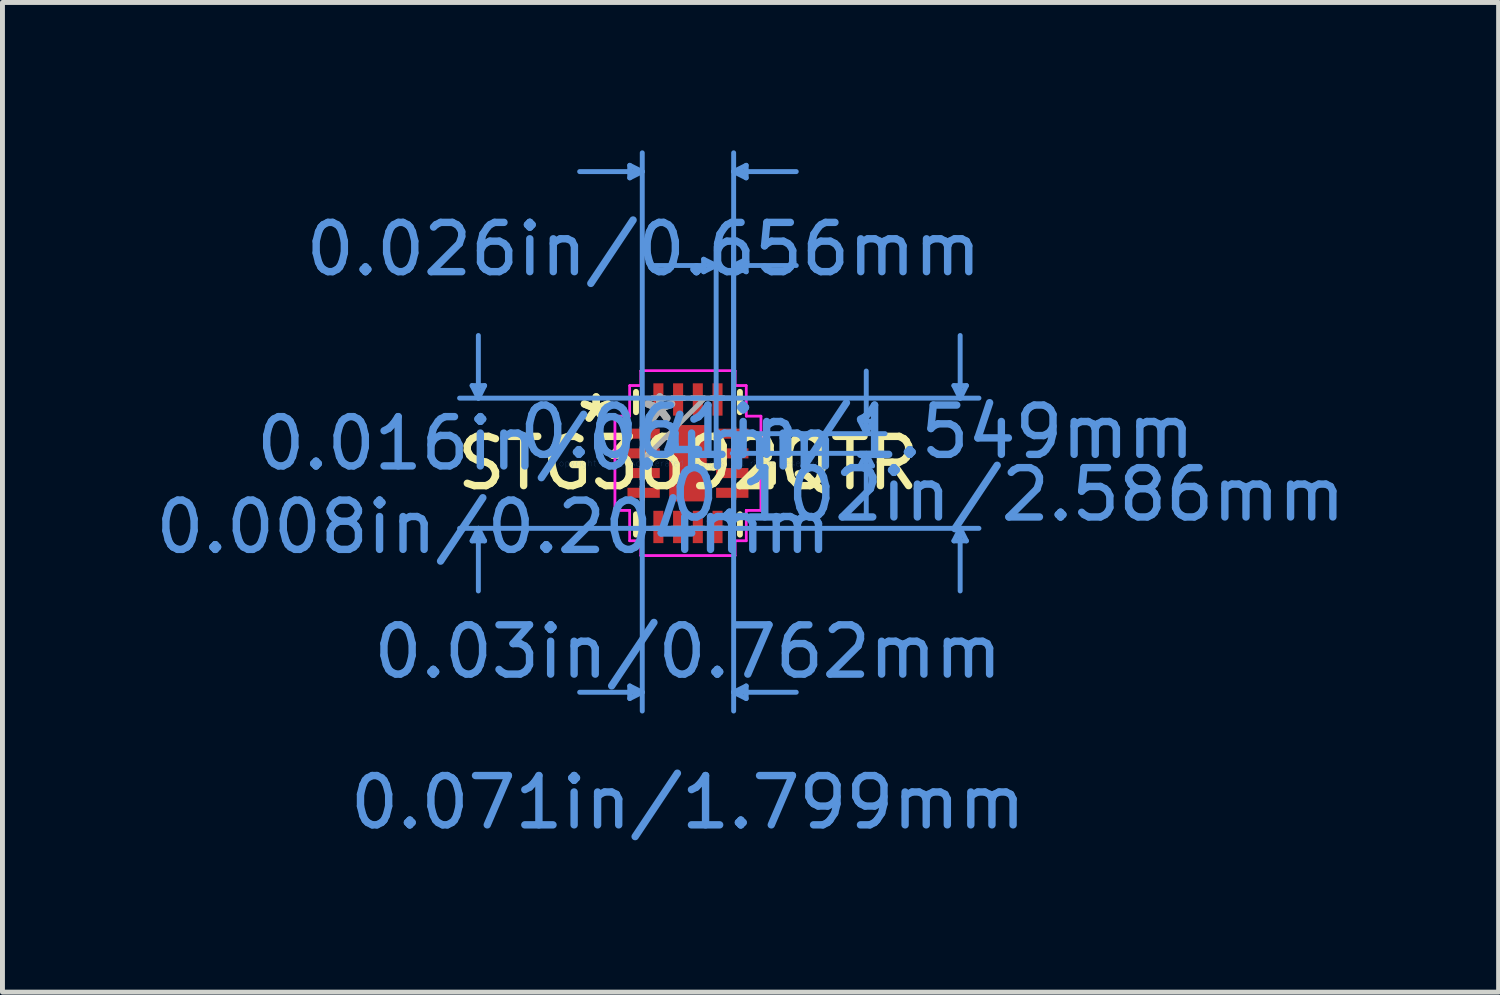
<source format=kicad_pcb>
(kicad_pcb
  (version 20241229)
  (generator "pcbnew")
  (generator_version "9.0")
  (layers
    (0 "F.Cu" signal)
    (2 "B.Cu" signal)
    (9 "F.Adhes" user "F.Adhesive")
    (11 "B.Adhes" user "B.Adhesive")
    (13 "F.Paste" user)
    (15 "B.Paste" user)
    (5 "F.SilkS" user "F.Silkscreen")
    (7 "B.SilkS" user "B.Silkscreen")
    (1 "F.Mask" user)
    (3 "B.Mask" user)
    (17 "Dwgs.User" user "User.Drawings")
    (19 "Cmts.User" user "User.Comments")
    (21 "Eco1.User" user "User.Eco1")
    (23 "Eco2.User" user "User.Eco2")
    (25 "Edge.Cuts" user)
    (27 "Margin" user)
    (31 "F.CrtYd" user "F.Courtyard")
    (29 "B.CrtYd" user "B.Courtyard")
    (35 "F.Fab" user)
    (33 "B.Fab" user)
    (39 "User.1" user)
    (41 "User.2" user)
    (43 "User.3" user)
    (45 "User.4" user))
  (footprint "STG3692QTR"
    (layer "F.Cu")
    (at 10.906 6.347)
    (property "Reference" "STG3692QTR" (at 0 0 0) (layer "F.SilkS") (effects (font (size 1 1) (thickness 0.15))))
    (attr through_hole)
    (fp_line (start -1.054 -1.448) (end -1.054 -1.035) (stroke (width 0.12) (type solid)) (layer "F.SilkS"))
    (fp_line (start -1.054 1.035) (end -1.054 1.448) (stroke (width 0.12) (type solid)) (layer "F.SilkS"))
    (fp_line (start 1.054 -1.035) (end 1.054 -1.448) (stroke (width 0.12) (type solid)) (layer "F.SilkS"))
    (fp_line (start 1.054 1.448) (end 1.054 1.035) (stroke (width 0.12) (type solid)) (layer "F.SilkS"))
    (fp_poly (pts (xy 1.735 0.01) (xy 1.735 0.391) (xy 1.481 0.391) (xy 1.481 0.01)) (stroke (width 0.1) (type solid)) (fill yes) (layer "F.SilkS"))
    (fp_line (start -4.379 -1.575) (end -4.125 -1.575) (stroke (width 0.1) (type solid)) (layer "Cmts.User"))
    (fp_line (start -4.379 1.575) (end -4.125 1.575) (stroke (width 0.1) (type solid)) (layer "Cmts.User"))
    (fp_line (start -4.252 -1.321) (end -4.379 -1.575) (stroke (width 0.1) (type solid)) (layer "Cmts.User"))
    (fp_line (start -4.252 -1.321) (end -4.252 -2.591) (stroke (width 0.1) (type solid)) (layer "Cmts.User"))
    (fp_line (start -4.252 -1.321) (end -4.125 -1.575) (stroke (width 0.1) (type solid)) (layer "Cmts.User"))
    (fp_line (start -4.252 1.321) (end -4.379 1.575) (stroke (width 0.1) (type solid)) (layer "Cmts.User"))
    (fp_line (start -4.252 1.321) (end -4.252 2.591) (stroke (width 0.1) (type solid)) (layer "Cmts.User"))
    (fp_line (start -4.252 1.321) (end -4.125 1.575) (stroke (width 0.1) (type solid)) (layer "Cmts.User"))
    (fp_line (start -1.181 -6.043) (end -1.181 -5.789) (stroke (width 0.1) (type solid)) (layer "Cmts.User"))
    (fp_line (start -1.181 4.519) (end -1.181 4.773) (stroke (width 0.1) (type solid)) (layer "Cmts.User"))
    (fp_line (start -0.927 -5.916) (end -2.197 -5.916) (stroke (width 0.1) (type solid)) (layer "Cmts.User"))
    (fp_line (start -0.927 -5.916) (end -1.181 -6.043) (stroke (width 0.1) (type solid)) (layer "Cmts.User"))
    (fp_line (start -0.927 -5.916) (end -1.181 -5.789) (stroke (width 0.1) (type solid)) (layer "Cmts.User"))
    (fp_line (start -0.927 -1.321) (end -0.927 5.027) (stroke (width 0.1) (type solid)) (layer "Cmts.User"))
    (fp_line (start -0.927 -0.6) (end -0.927 -6.297) (stroke (width 0.1) (type solid)) (layer "Cmts.User"))
    (fp_line (start -0.927 4.646) (end -2.197 4.646) (stroke (width 0.1) (type solid)) (layer "Cmts.User"))
    (fp_line (start -0.927 4.646) (end -1.181 4.519) (stroke (width 0.1) (type solid)) (layer "Cmts.User"))
    (fp_line (start -0.927 4.646) (end -1.181 4.773) (stroke (width 0.1) (type solid)) (layer "Cmts.User"))
    (fp_line (start 0.318 -4.138) (end 0.318 -3.884) (stroke (width 0.1) (type solid)) (layer "Cmts.User"))
    (fp_line (start 0.572 -4.011) (end -0.699 -4.011) (stroke (width 0.1) (type solid)) (layer "Cmts.User"))
    (fp_line (start 0.572 -4.011) (end 0.318 -4.138) (stroke (width 0.1) (type solid)) (layer "Cmts.User"))
    (fp_line (start 0.572 -4.011) (end 0.318 -3.884) (stroke (width 0.1) (type solid)) (layer "Cmts.User"))
    (fp_line (start 0.572 -0.6) (end 0.572 -4.392) (stroke (width 0.1) (type solid)) (layer "Cmts.User"))
    (fp_line (start 0.6 -1.321) (end 5.903 -1.321) (stroke (width 0.1) (type solid)) (layer "Cmts.User"))
    (fp_line (start 0.6 1.321) (end 5.903 1.321) (stroke (width 0.1) (type solid)) (layer "Cmts.User"))
    (fp_line (start 0.899 -0.6) (end 3.998 -0.6) (stroke (width 0.1) (type solid)) (layer "Cmts.User"))
    (fp_line (start 0.899 -0.2) (end 3.998 -0.2) (stroke (width 0.1) (type solid)) (layer "Cmts.User"))
    (fp_line (start 0.927 -5.916) (end 1.181 -6.043) (stroke (width 0.1) (type solid)) (layer "Cmts.User"))
    (fp_line (start 0.927 -5.916) (end 1.181 -5.789) (stroke (width 0.1) (type solid)) (layer "Cmts.User"))
    (fp_line (start 0.927 -5.916) (end 2.197 -5.916) (stroke (width 0.1) (type solid)) (layer "Cmts.User"))
    (fp_line (start 0.927 -4.011) (end 1.181 -4.138) (stroke (width 0.1) (type solid)) (layer "Cmts.User"))
    (fp_line (start 0.927 -4.011) (end 1.181 -3.884) (stroke (width 0.1) (type solid)) (layer "Cmts.User"))
    (fp_line (start 0.927 -4.011) (end 2.197 -4.011) (stroke (width 0.1) (type solid)) (layer "Cmts.User"))
    (fp_line (start 0.927 -1.321) (end -4.633 -1.321) (stroke (width 0.1) (type solid)) (layer "Cmts.User"))
    (fp_line (start 0.927 -1.321) (end 0.927 5.027) (stroke (width 0.1) (type solid)) (layer "Cmts.User"))
    (fp_line (start 0.927 -0.6) (end 0.927 -6.297) (stroke (width 0.1) (type solid)) (layer "Cmts.User"))
    (fp_line (start 0.927 -0.6) (end 0.927 -4.392) (stroke (width 0.1) (type solid)) (layer "Cmts.User"))
    (fp_line (start 0.927 1.321) (end -4.633 1.321) (stroke (width 0.1) (type solid)) (layer "Cmts.User"))
    (fp_line (start 0.927 4.646) (end 1.181 4.519) (stroke (width 0.1) (type solid)) (layer "Cmts.User"))
    (fp_line (start 0.927 4.646) (end 1.181 4.773) (stroke (width 0.1) (type solid)) (layer "Cmts.User"))
    (fp_line (start 0.927 4.646) (end 2.197 4.646) (stroke (width 0.1) (type solid)) (layer "Cmts.User"))
    (fp_line (start 1.181 -6.043) (end 1.181 -5.789) (stroke (width 0.1) (type solid)) (layer "Cmts.User"))
    (fp_line (start 1.181 -4.138) (end 1.181 -3.884) (stroke (width 0.1) (type solid)) (layer "Cmts.User"))
    (fp_line (start 1.181 4.519) (end 1.181 4.773) (stroke (width 0.1) (type solid)) (layer "Cmts.User"))
    (fp_line (start 3.49 -0.854) (end 3.744 -0.854) (stroke (width 0.1) (type solid)) (layer "Cmts.User"))
    (fp_line (start 3.49 0.054) (end 3.744 0.054) (stroke (width 0.1) (type solid)) (layer "Cmts.User"))
    (fp_line (start 3.617 -0.6) (end 3.49 -0.854) (stroke (width 0.1) (type solid)) (layer "Cmts.User"))
    (fp_line (start 3.617 -0.6) (end 3.617 -1.87) (stroke (width 0.1) (type solid)) (layer "Cmts.User"))
    (fp_line (start 3.617 -0.6) (end 3.744 -0.854) (stroke (width 0.1) (type solid)) (layer "Cmts.User"))
    (fp_line (start 3.617 -0.2) (end 3.49 0.054) (stroke (width 0.1) (type solid)) (layer "Cmts.User"))
    (fp_line (start 3.617 -0.2) (end 3.617 1.07) (stroke (width 0.1) (type solid)) (layer "Cmts.User"))
    (fp_line (start 3.617 -0.2) (end 3.744 0.054) (stroke (width 0.1) (type solid)) (layer "Cmts.User"))
    (fp_line (start 5.395 -1.575) (end 5.649 -1.575) (stroke (width 0.1) (type solid)) (layer "Cmts.User"))
    (fp_line (start 5.395 1.575) (end 5.649 1.575) (stroke (width 0.1) (type solid)) (layer "Cmts.User"))
    (fp_line (start 5.522 -1.321) (end 5.395 -1.575) (stroke (width 0.1) (type solid)) (layer "Cmts.User"))
    (fp_line (start 5.522 -1.321) (end 5.522 -2.591) (stroke (width 0.1) (type solid)) (layer "Cmts.User"))
    (fp_line (start 5.522 -1.321) (end 5.649 -1.575) (stroke (width 0.1) (type solid)) (layer "Cmts.User"))
    (fp_line (start 5.522 1.321) (end 5.395 1.575) (stroke (width 0.1) (type solid)) (layer "Cmts.User"))
    (fp_line (start 5.522 1.321) (end 5.522 2.591) (stroke (width 0.1) (type solid)) (layer "Cmts.User"))
    (fp_line (start 5.522 1.321) (end 5.649 1.575) (stroke (width 0.1) (type solid)) (layer "Cmts.User"))
    (fp_line (start -1.481 -0.956) (end -1.181 -0.956) (stroke (width 0.05) (type solid)) (layer "F.CrtYd"))
    (fp_line (start -1.481 -0.956) (end -1.181 -0.956) (stroke (width 0.05) (type solid)) (layer "F.CrtYd"))
    (fp_line (start -1.481 0.956) (end -1.481 -0.956) (stroke (width 0.05) (type solid)) (layer "F.CrtYd"))
    (fp_line (start -1.481 0.956) (end -1.481 -0.956) (stroke (width 0.05) (type solid)) (layer "F.CrtYd"))
    (fp_line (start -1.181 -1.575) (end -0.956 -1.575) (stroke (width 0.05) (type solid)) (layer "F.CrtYd"))
    (fp_line (start -1.181 -1.575) (end -0.956 -1.575) (stroke (width 0.05) (type solid)) (layer "F.CrtYd"))
    (fp_line (start -1.181 -0.956) (end -1.181 -1.575) (stroke (width 0.05) (type solid)) (layer "F.CrtYd"))
    (fp_line (start -1.181 -0.956) (end -1.181 -1.575) (stroke (width 0.05) (type solid)) (layer "F.CrtYd"))
    (fp_line (start -1.181 0.956) (end -1.481 0.956) (stroke (width 0.05) (type solid)) (layer "F.CrtYd"))
    (fp_line (start -1.181 0.956) (end -1.481 0.956) (stroke (width 0.05) (type solid)) (layer "F.CrtYd"))
    (fp_line (start -1.181 1.575) (end -1.181 0.956) (stroke (width 0.05) (type solid)) (layer "F.CrtYd"))
    (fp_line (start -1.181 1.575) (end -1.181 0.956) (stroke (width 0.05) (type solid)) (layer "F.CrtYd"))
    (fp_line (start -0.956 -1.875) (end 0.956 -1.875) (stroke (width 0.05) (type solid)) (layer "F.CrtYd"))
    (fp_line (start -0.956 -1.875) (end 0.956 -1.875) (stroke (width 0.05) (type solid)) (layer "F.CrtYd"))
    (fp_line (start -0.956 -1.575) (end -0.956 -1.875) (stroke (width 0.05) (type solid)) (layer "F.CrtYd"))
    (fp_line (start -0.956 -1.575) (end -0.956 -1.875) (stroke (width 0.05) (type solid)) (layer "F.CrtYd"))
    (fp_line (start -0.956 1.575) (end -1.181 1.575) (stroke (width 0.05) (type solid)) (layer "F.CrtYd"))
    (fp_line (start -0.956 1.575) (end -1.181 1.575) (stroke (width 0.05) (type solid)) (layer "F.CrtYd"))
    (fp_line (start -0.956 1.875) (end -0.956 1.575) (stroke (width 0.05) (type solid)) (layer "F.CrtYd"))
    (fp_line (start -0.956 1.875) (end -0.956 1.575) (stroke (width 0.05) (type solid)) (layer "F.CrtYd"))
    (fp_line (start 0.956 -1.875) (end 0.956 -1.575) (stroke (width 0.05) (type solid)) (layer "F.CrtYd"))
    (fp_line (start 0.956 -1.875) (end 0.956 -1.575) (stroke (width 0.05) (type solid)) (layer "F.CrtYd"))
    (fp_line (start 0.956 -1.575) (end 1.181 -1.575) (stroke (width 0.05) (type solid)) (layer "F.CrtYd"))
    (fp_line (start 0.956 -1.575) (end 1.181 -1.575) (stroke (width 0.05) (type solid)) (layer "F.CrtYd"))
    (fp_line (start 0.956 1.575) (end 0.956 1.875) (stroke (width 0.05) (type solid)) (layer "F.CrtYd"))
    (fp_line (start 0.956 1.575) (end 0.956 1.875) (stroke (width 0.05) (type solid)) (layer "F.CrtYd"))
    (fp_line (start 0.956 1.875) (end -0.956 1.875) (stroke (width 0.05) (type solid)) (layer "F.CrtYd"))
    (fp_line (start 0.956 1.875) (end -0.956 1.875) (stroke (width 0.05) (type solid)) (layer "F.CrtYd"))
    (fp_line (start 1.181 -1.575) (end 1.181 -0.956) (stroke (width 0.05) (type solid)) (layer "F.CrtYd"))
    (fp_line (start 1.181 -1.575) (end 1.181 -0.956) (stroke (width 0.05) (type solid)) (layer "F.CrtYd"))
    (fp_line (start 1.181 -0.956) (end 1.481 -0.956) (stroke (width 0.05) (type solid)) (layer "F.CrtYd"))
    (fp_line (start 1.181 -0.956) (end 1.481 -0.956) (stroke (width 0.05) (type solid)) (layer "F.CrtYd"))
    (fp_line (start 1.181 0.956) (end 1.181 1.575) (stroke (width 0.05) (type solid)) (layer "F.CrtYd"))
    (fp_line (start 1.181 0.956) (end 1.181 1.575) (stroke (width 0.05) (type solid)) (layer "F.CrtYd"))
    (fp_line (start 1.181 1.575) (end 0.956 1.575) (stroke (width 0.05) (type solid)) (layer "F.CrtYd"))
    (fp_line (start 1.181 1.575) (end 0.956 1.575) (stroke (width 0.05) (type solid)) (layer "F.CrtYd"))
    (fp_line (start 1.481 -0.956) (end 1.481 0.956) (stroke (width 0.05) (type solid)) (layer "F.CrtYd"))
    (fp_line (start 1.481 -0.956) (end 1.481 0.956) (stroke (width 0.05) (type solid)) (layer "F.CrtYd"))
    (fp_line (start 1.481 0.956) (end 1.181 0.956) (stroke (width 0.05) (type solid)) (layer "F.CrtYd"))
    (fp_line (start 1.481 0.956) (end 1.181 0.956) (stroke (width 0.05) (type solid)) (layer "F.CrtYd"))
    (fp_line (start -0.927 -1.321) (end -0.927 -1.321) (stroke (width 0.1) (type solid)) (layer "F.Fab"))
    (fp_line (start -0.927 -1.321) (end -0.927 1.321) (stroke (width 0.1) (type solid)) (layer "F.Fab"))
    (fp_line (start -0.927 -0.727) (end -0.927 -0.727) (stroke (width 0.1) (type solid)) (layer "F.Fab"))
    (fp_line (start -0.927 -0.727) (end -0.927 -0.473) (stroke (width 0.1) (type solid)) (layer "F.Fab"))
    (fp_line (start -0.927 -0.473) (end -0.927 -0.727) (stroke (width 0.1) (type solid)) (layer "F.Fab"))
    (fp_line (start -0.927 -0.473) (end -0.927 -0.473) (stroke (width 0.1) (type solid)) (layer "F.Fab"))
    (fp_line (start -0.927 -0.327) (end -0.927 -0.327) (stroke (width 0.1) (type solid)) (layer "F.Fab"))
    (fp_line (start -0.927 -0.327) (end -0.927 -0.073) (stroke (width 0.1) (type solid)) (layer "F.Fab"))
    (fp_line (start -0.927 -0.073) (end -0.927 -0.327) (stroke (width 0.1) (type solid)) (layer "F.Fab"))
    (fp_line (start -0.927 -0.073) (end -0.927 -0.073) (stroke (width 0.1) (type solid)) (layer "F.Fab"))
    (fp_line (start -0.927 -0.051) (end 0.343 -1.321) (stroke (width 0.1) (type solid)) (layer "F.Fab"))
    (fp_line (start -0.927 0.073) (end -0.927 0.073) (stroke (width 0.1) (type solid)) (layer "F.Fab"))
    (fp_line (start -0.927 0.073) (end -0.927 0.327) (stroke (width 0.1) (type solid)) (layer "F.Fab"))
    (fp_line (start -0.927 0.327) (end -0.927 0.073) (stroke (width 0.1) (type solid)) (layer "F.Fab"))
    (fp_line (start -0.927 0.327) (end -0.927 0.327) (stroke (width 0.1) (type solid)) (layer "F.Fab"))
    (fp_line (start -0.927 0.473) (end -0.927 0.473) (stroke (width 0.1) (type solid)) (layer "F.Fab"))
    (fp_line (start -0.927 0.473) (end -0.927 0.727) (stroke (width 0.1) (type solid)) (layer "F.Fab"))
    (fp_line (start -0.927 0.727) (end -0.927 0.473) (stroke (width 0.1) (type solid)) (layer "F.Fab"))
    (fp_line (start -0.927 0.727) (end -0.927 0.727) (stroke (width 0.1) (type solid)) (layer "F.Fab"))
    (fp_line (start -0.927 1.321) (end -0.927 1.321) (stroke (width 0.1) (type solid)) (layer "F.Fab"))
    (fp_line (start -0.927 1.321) (end 0.927 1.321) (stroke (width 0.1) (type solid)) (layer "F.Fab"))
    (fp_line (start -0.727 -1.321) (end -0.727 -1.321) (stroke (width 0.1) (type solid)) (layer "F.Fab"))
    (fp_line (start -0.727 -1.321) (end -0.473 -1.321) (stroke (width 0.1) (type solid)) (layer "F.Fab"))
    (fp_line (start -0.727 1.321) (end -0.727 1.321) (stroke (width 0.1) (type solid)) (layer "F.Fab"))
    (fp_line (start -0.727 1.321) (end -0.473 1.321) (stroke (width 0.1) (type solid)) (layer "F.Fab"))
    (fp_line (start -0.473 -1.321) (end -0.727 -1.321) (stroke (width 0.1) (type solid)) (layer "F.Fab"))
    (fp_line (start -0.473 -1.321) (end -0.473 -1.321) (stroke (width 0.1) (type solid)) (layer "F.Fab"))
    (fp_line (start -0.473 1.321) (end -0.727 1.321) (stroke (width 0.1) (type solid)) (layer "F.Fab"))
    (fp_line (start -0.473 1.321) (end -0.473 1.321) (stroke (width 0.1) (type solid)) (layer "F.Fab"))
    (fp_line (start -0.327 -1.321) (end -0.327 -1.321) (stroke (width 0.1) (type solid)) (layer "F.Fab"))
    (fp_line (start -0.327 -1.321) (end -0.073 -1.321) (stroke (width 0.1) (type solid)) (layer "F.Fab"))
    (fp_line (start -0.327 1.321) (end -0.327 1.321) (stroke (width 0.1) (type solid)) (layer "F.Fab"))
    (fp_line (start -0.327 1.321) (end -0.073 1.321) (stroke (width 0.1) (type solid)) (layer "F.Fab"))
    (fp_line (start -0.073 -1.321) (end -0.327 -1.321) (stroke (width 0.1) (type solid)) (layer "F.Fab"))
    (fp_line (start -0.073 -1.321) (end -0.073 -1.321) (stroke (width 0.1) (type solid)) (layer "F.Fab"))
    (fp_line (start -0.073 1.321) (end -0.327 1.321) (stroke (width 0.1) (type solid)) (layer "F.Fab"))
    (fp_line (start -0.073 1.321) (end -0.073 1.321) (stroke (width 0.1) (type solid)) (layer "F.Fab"))
    (fp_line (start 0.073 -1.321) (end 0.073 -1.321) (stroke (width 0.1) (type solid)) (layer "F.Fab"))
    (fp_line (start 0.073 -1.321) (end 0.327 -1.321) (stroke (width 0.1) (type solid)) (layer "F.Fab"))
    (fp_line (start 0.073 1.321) (end 0.073 1.321) (stroke (width 0.1) (type solid)) (layer "F.Fab"))
    (fp_line (start 0.073 1.321) (end 0.327 1.321) (stroke (width 0.1) (type solid)) (layer "F.Fab"))
    (fp_line (start 0.327 -1.321) (end 0.073 -1.321) (stroke (width 0.1) (type solid)) (layer "F.Fab"))
    (fp_line (start 0.327 -1.321) (end 0.327 -1.321) (stroke (width 0.1) (type solid)) (layer "F.Fab"))
    (fp_line (start 0.327 1.321) (end 0.073 1.321) (stroke (width 0.1) (type solid)) (layer "F.Fab"))
    (fp_line (start 0.327 1.321) (end 0.327 1.321) (stroke (width 0.1) (type solid)) (layer "F.Fab"))
    (fp_line (start 0.473 -1.321) (end 0.473 -1.321) (stroke (width 0.1) (type solid)) (layer "F.Fab"))
    (fp_line (start 0.473 -1.321) (end 0.727 -1.321) (stroke (width 0.1) (type solid)) (layer "F.Fab"))
    (fp_line (start 0.473 1.321) (end 0.473 1.321) (stroke (width 0.1) (type solid)) (layer "F.Fab"))
    (fp_line (start 0.473 1.321) (end 0.727 1.321) (stroke (width 0.1) (type solid)) (layer "F.Fab"))
    (fp_line (start 0.727 -1.321) (end 0.473 -1.321) (stroke (width 0.1) (type solid)) (layer "F.Fab"))
    (fp_line (start 0.727 -1.321) (end 0.727 -1.321) (stroke (width 0.1) (type solid)) (layer "F.Fab"))
    (fp_line (start 0.727 1.321) (end 0.473 1.321) (stroke (width 0.1) (type solid)) (layer "F.Fab"))
    (fp_line (start 0.727 1.321) (end 0.727 1.321) (stroke (width 0.1) (type solid)) (layer "F.Fab"))
    (fp_line (start 0.927 -1.321) (end -0.927 -1.321) (stroke (width 0.1) (type solid)) (layer "F.Fab"))
    (fp_line (start 0.927 -1.321) (end 0.927 -1.321) (stroke (width 0.1) (type solid)) (layer "F.Fab"))
    (fp_line (start 0.927 -0.727) (end 0.927 -0.727) (stroke (width 0.1) (type solid)) (layer "F.Fab"))
    (fp_line (start 0.927 -0.727) (end 0.927 -0.473) (stroke (width 0.1) (type solid)) (layer "F.Fab"))
    (fp_line (start 0.927 -0.473) (end 0.927 -0.727) (stroke (width 0.1) (type solid)) (layer "F.Fab"))
    (fp_line (start 0.927 -0.473) (end 0.927 -0.473) (stroke (width 0.1) (type solid)) (layer "F.Fab"))
    (fp_line (start 0.927 -0.327) (end 0.927 -0.327) (stroke (width 0.1) (type solid)) (layer "F.Fab"))
    (fp_line (start 0.927 -0.327) (end 0.927 -0.073) (stroke (width 0.1) (type solid)) (layer "F.Fab"))
    (fp_line (start 0.927 -0.073) (end 0.927 -0.327) (stroke (width 0.1) (type solid)) (layer "F.Fab"))
    (fp_line (start 0.927 -0.073) (end 0.927 -0.073) (stroke (width 0.1) (type solid)) (layer "F.Fab"))
    (fp_line (start 0.927 0.073) (end 0.927 0.073) (stroke (width 0.1) (type solid)) (layer "F.Fab"))
    (fp_line (start 0.927 0.073) (end 0.927 0.327) (stroke (width 0.1) (type solid)) (layer "F.Fab"))
    (fp_line (start 0.927 0.327) (end 0.927 0.073) (stroke (width 0.1) (type solid)) (layer "F.Fab"))
    (fp_line (start 0.927 0.327) (end 0.927 0.327) (stroke (width 0.1) (type solid)) (layer "F.Fab"))
    (fp_line (start 0.927 0.473) (end 0.927 0.473) (stroke (width 0.1) (type solid)) (layer "F.Fab"))
    (fp_line (start 0.927 0.473) (end 0.927 0.727) (stroke (width 0.1) (type solid)) (layer "F.Fab"))
    (fp_line (start 0.927 0.727) (end 0.927 0.473) (stroke (width 0.1) (type solid)) (layer "F.Fab"))
    (fp_line (start 0.927 0.727) (end 0.927 0.727) (stroke (width 0.1) (type solid)) (layer "F.Fab"))
    (fp_line (start 0.927 1.321) (end 0.927 -1.321) (stroke (width 0.1) (type solid)) (layer "F.Fab"))
    (fp_line (start 0.927 1.321) (end 0.927 1.321) (stroke (width 0.1) (type solid)) (layer "F.Fab"))
    (fp_text user "*" (at -1.862 -0.8 0) (layer "F.SilkS") (effects (font (size 1 1) (thickness 0.15))))
    (fp_text user "*" (at -1.862 -0.8 0) (layer "F.SilkS") (effects (font (size 1 1) (thickness 0.15))))
    (fp_text user "0.03in/0.762mm" (at 0 3.823 0) (layer "Cmts.User") (effects (font (size 1 1) (thickness 0.15))))
    (fp_text user "0.102in/2.586mm" (at 6.487 0.635 0) (layer "Cmts.User") (effects (font (size 1 1) (thickness 0.15))))
    (fp_text user "0.071in/1.799mm" (at 0 6.881 0) (layer "Cmts.User") (effects (font (size 1 1) (thickness 0.15))))
    (fp_text user "0.016in/0.4mm" (at -2.855 -0.4 0) (layer "Cmts.User") (effects (font (size 1 1) (thickness 0.15))))
    (fp_text user "0.026in/0.656mm" (at -0.899 -4.341 0) (layer "Cmts.User") (effects (font (size 1 1) (thickness 0.15))))
    (fp_text user "0.061in/1.549mm" (at 3.429 -0.635 0) (layer "Cmts.User") (effects (font (size 1 1) (thickness 0.15))))
    (fp_text user "Copyright 2021 Accelerated Designs. All rights reserved." (at 0 0 0) (layer "Cmts.User") (effects (font (size 0.127 0.127) (thickness 0.002))))
    (fp_text user "0.008in/0.204mm" (at -3.947 1.293 0) (layer "Cmts.User") (effects (font (size 1 1) (thickness 0.15))))
    (fp_text user "*" (at -0.572 -0.8 0) (layer "F.Fab") (effects (font (size 1 1) (thickness 0.15))))
    (fp_text user "*" (at -0.572 -0.8 0) (layer "F.Fab") (effects (font (size 1 1) (thickness 0.15))))
    (pad "1" smd rect (at -0.899 -0.6 90) (size 0.204 0.656) (layers "F.Cu" "F.Mask" "F.Paste"))
    (pad "2" smd rect (at -0.899 -0.2 90) (size 0.204 0.656) (layers "F.Cu" "F.Mask" "F.Paste"))
    (pad "3" smd rect (at -0.899 0.2 90) (size 0.204 0.656) (layers "F.Cu" "F.Mask" "F.Paste"))
    (pad "4" smd rect (at -0.899 0.6 90) (size 0.204 0.656) (layers "F.Cu" "F.Mask" "F.Paste"))
    (pad "5" smd rect (at -0.6 1.293) (size 0.204 0.656) (layers "F.Cu" "F.Mask" "F.Paste"))
    (pad "6" smd rect (at -0.2 1.293) (size 0.204 0.656) (layers "F.Cu" "F.Mask" "F.Paste"))
    (pad "7" smd rect (at 0.2 1.293) (size 0.204 0.656) (layers "F.Cu" "F.Mask" "F.Paste"))
    (pad "8" smd rect (at 0.6 1.293) (size 0.204 0.656) (layers "F.Cu" "F.Mask" "F.Paste"))
    (pad "9" smd rect (at 0.899 0.6 90) (size 0.204 0.656) (layers "F.Cu" "F.Mask" "F.Paste"))
    (pad "10" smd rect (at 0.899 0.2 90) (size 0.204 0.656) (layers "F.Cu" "F.Mask" "F.Paste"))
    (pad "11" smd rect (at 0.899 -0.2 90) (size 0.204 0.656) (layers "F.Cu" "F.Mask" "F.Paste"))
    (pad "12" smd rect (at 0.899 -0.6 90) (size 0.204 0.656) (layers "F.Cu" "F.Mask" "F.Paste"))
    (pad "13" smd rect (at 0.6 -1.293) (size 0.204 0.656) (layers "F.Cu" "F.Mask" "F.Paste"))
    (pad "14" smd rect (at 0.2 -1.293) (size 0.204 0.656) (layers "F.Cu" "F.Mask" "F.Paste"))
    (pad "15" smd rect (at -0.2 -1.293) (size 0.204 0.656) (layers "F.Cu" "F.Mask" "F.Paste"))
    (pad "16" smd rect (at -0.6 -1.293) (size 0.204 0.656) (layers "F.Cu" "F.Mask" "F.Paste"))
    (pad "17" smd rect (at 0 0) (size 0.762 1.549) (layers "F.Cu" "F.Mask" "F.Paste")))
  (gr_rect
    (start -3 -3)
    (end 27.351 17.076)
    (stroke (width 0.1) (type default))
    (fill no)
    (layer "Edge.Cuts")))
</source>
